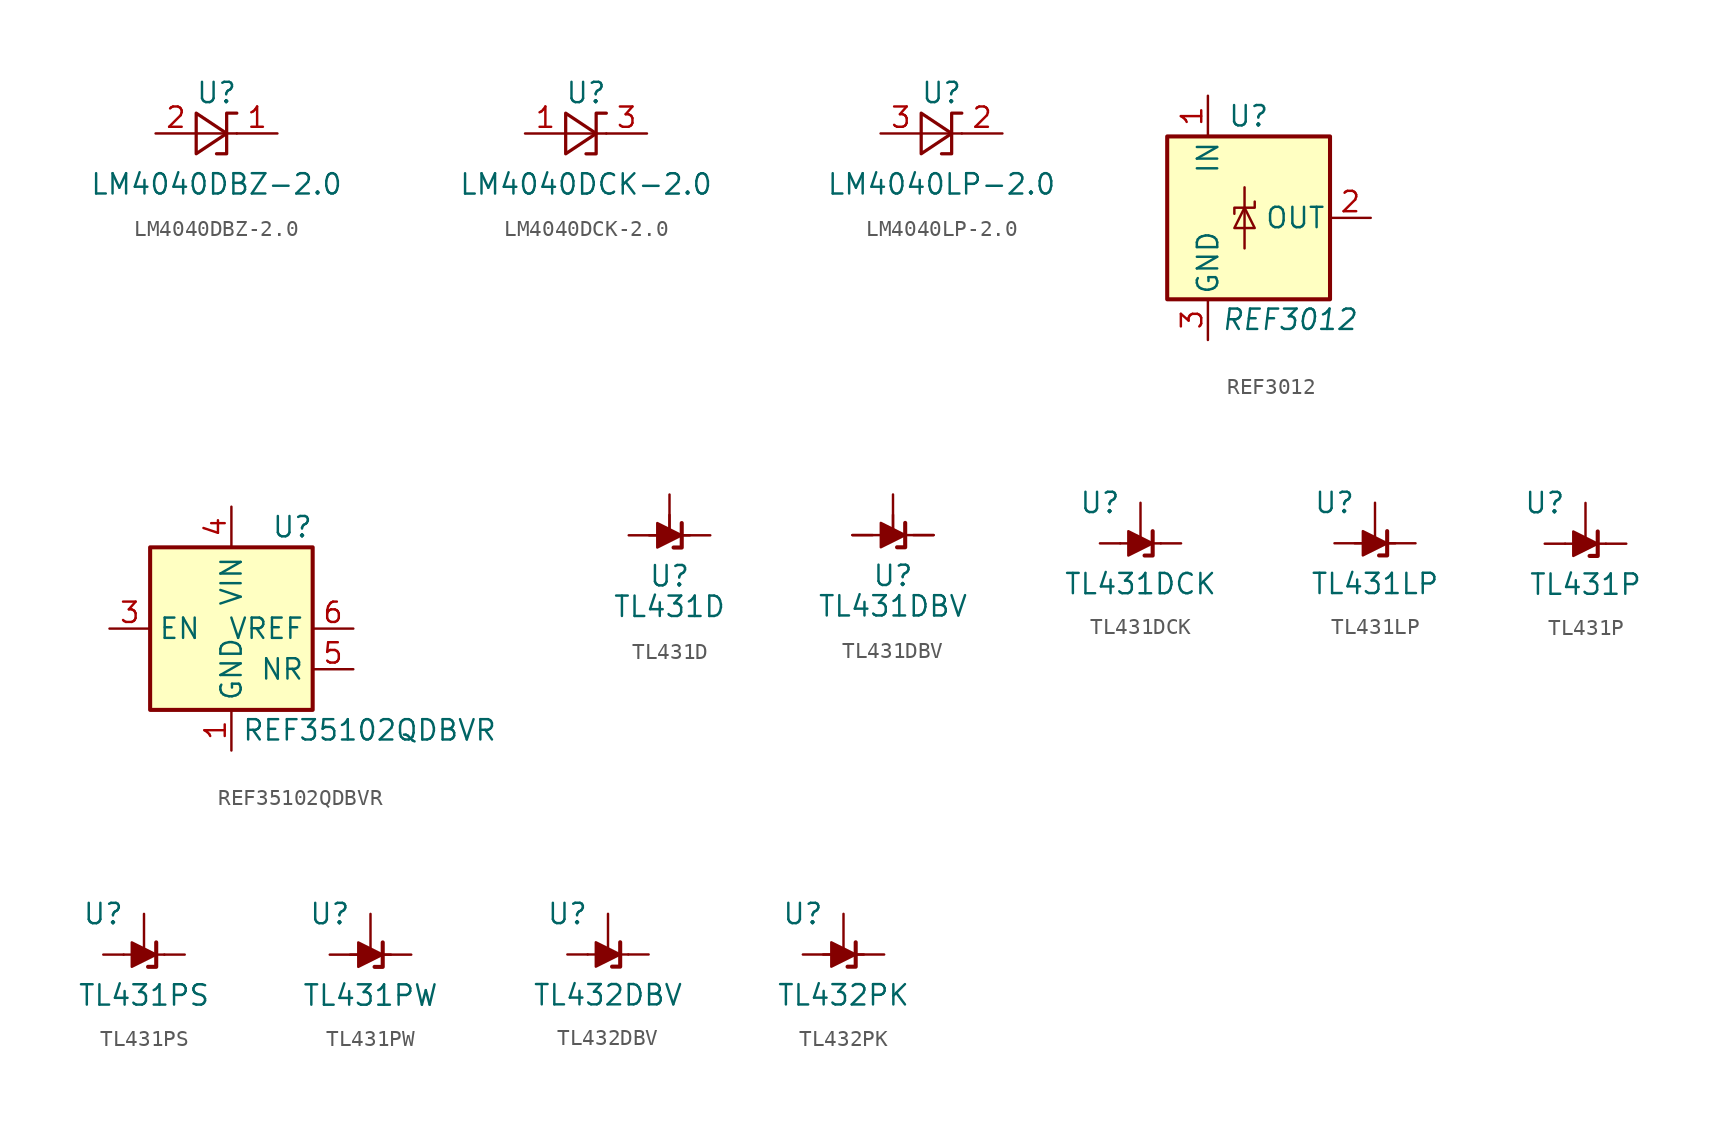
<source format=kicad_sym>
(kicad_symbol_lib
  (version 20231120)
  (generator "kicad_symbol_editor")
  (generator_version "8.0")
  (symbol "LM4040DBZ-2.0"
    (pin_names
      (offset 0.025) hide)
    (property "Reference" "U"
      (at 0 2.54 0)
      (effects (font (size 1.27 1.27))))
    (property "Value" "LM4040DBZ-2.0"
      (at 0 -3.175 0)
      (effects (font (size 1.27 1.27))))
    (symbol "LM4040DBZ-2.0_0_1"
      (polyline (pts (xy -1.27 0) (xy 0 0) (xy 1.27 0)) (stroke (width 0) (type default)) (fill (type none)))
      (polyline (pts (xy -1.27 -1.27) (xy 0.635 0) (xy -1.27 1.27) (xy -1.27 -1.27)) (stroke (width 0.203) (type default)) (fill (type none)))
      (polyline (pts (xy 0 -1.27) (xy 0.635 -1.27) (xy 0.635 1.27) (xy 1.27 1.27)) (stroke (width 0.203) (type default)) (fill (type none))))
    (symbol "LM4040DBZ-2.0_1_1"
      (pin passive line (at 3.81 0 180) (length 2.54) (name "K" (effects (font (size 1.27 1.27)))) (number "1" (effects (font (size 1.27 1.27)))))
      (pin passive line (at -3.81 0 0) (length 2.54) (name "A" (effects (font (size 1.27 1.27)))) (number "2" (effects (font (size 1.27 1.27)))))
      (pin no_connect line (at -1.27 0 0) (length 2.54) hide (name "NC" (effects (font (size 1.27 1.27)))) (number "3" (effects (font (size 1.27 1.27)))))))
  (symbol "LM4040DCK-2.0"
    (pin_names
      (offset 0.025) hide)
    (property "Reference" "U"
      (at 0 2.54 0)
      (effects (font (size 1.27 1.27))))
    (property "Value" "LM4040DCK-2.0"
      (at 0 -3.175 0)
      (effects (font (size 1.27 1.27))))
    (symbol "LM4040DCK-2.0_0_1"
      (polyline (pts (xy -1.27 0) (xy 0 0) (xy 1.27 0)) (stroke (width 0) (type default)) (fill (type none)))
      (polyline (pts (xy -1.27 -1.27) (xy 0.635 0) (xy -1.27 1.27) (xy -1.27 -1.27)) (stroke (width 0.203) (type default)) (fill (type none)))
      (polyline (pts (xy 0 -1.27) (xy 0.635 -1.27) (xy 0.635 1.27) (xy 1.27 1.27)) (stroke (width 0.203) (type default)) (fill (type none))))
    (symbol "LM4040DCK-2.0_1_1"
      (pin passive line (at -3.81 0 0) (length 2.54) (name "A" (effects (font (size 1.27 1.27)))) (number "1" (effects (font (size 1.27 1.27)))))
      (pin no_connect line (at -1.27 0 0) (length 2.54) hide (name "NC" (effects (font (size 1.27 1.27)))) (number "2" (effects (font (size 1.27 1.27)))))
      (pin passive line (at 3.81 0 180) (length 2.54) (name "K" (effects (font (size 1.27 1.27)))) (number "3" (effects (font (size 1.27 1.27)))))
      (pin no_connect line (at 0 0 0) (length 2.54) hide (name "NC" (effects (font (size 1.27 1.27)))) (number "4" (effects (font (size 1.27 1.27)))))
      (pin no_connect line (at 1.27 0 0) (length 2.54) hide (name "NC" (effects (font (size 1.27 1.27)))) (number "5" (effects (font (size 1.27 1.27)))))))
  (symbol "LM4040LP-2.0"
    (pin_names
      (offset 0.025) hide)
    (property "Reference" "U"
      (at 0 2.54 0)
      (effects (font (size 1.27 1.27))))
    (property "Value" "LM4040LP-2.0"
      (at 0 -3.175 0)
      (effects (font (size 1.27 1.27))))
    (symbol "LM4040LP-2.0_0_1"
      (polyline (pts (xy -1.27 0) (xy 0 0) (xy 1.27 0)) (stroke (width 0) (type default)) (fill (type none)))
      (polyline (pts (xy -1.27 -1.27) (xy 0.635 0) (xy -1.27 1.27) (xy -1.27 -1.27)) (stroke (width 0.203) (type default)) (fill (type none)))
      (polyline (pts (xy 0 -1.27) (xy 0.635 -1.27) (xy 0.635 1.27) (xy 1.27 1.27)) (stroke (width 0.203) (type default)) (fill (type none))))
    (symbol "LM4040LP-2.0_1_1"
      (pin no_connect line (at -1.27 0 0) (length 2.54) hide (name "NC" (effects (font (size 1.27 1.27)))) (number "1" (effects (font (size 1.27 1.27)))))
      (pin passive line (at 3.81 0 180) (length 2.54) (name "K" (effects (font (size 1.27 1.27)))) (number "2" (effects (font (size 1.27 1.27)))))
      (pin passive line (at -3.81 0 0) (length 2.54) (name "A" (effects (font (size 1.27 1.27)))) (number "3" (effects (font (size 1.27 1.27)))))))
  (symbol "REF3012"
    (pin_names
      (offset 0.254))
    (property "Reference" "U"
      (at 0 6.35 0)
      (effects (font (size 1.27 1.27))))
    (property "Value" "REF3012"
      (at 2.54 -6.35 0)
      (effects (font (size 1.27 1.27) (italic yes))))
    (symbol "REF3012_0_1"
      (rectangle (start -5.08 5.08) (end 5.08 -5.08) (stroke (width 0.254) (type default)) (fill (type background)))
      (polyline (pts (xy -0.254 1.905) (xy -0.254 -1.905)) (stroke (width 0) (type default)) (fill (type none)))
      (polyline (pts (xy -0.889 -0.635) (xy 0.381 -0.635) (xy -0.254 0.635) (xy -0.889 -0.635)) (stroke (width 0) (type default)) (fill (type none)))
      (polyline (pts (xy 0.381 1.016) (xy 0.381 0.635) (xy -0.889 0.635) (xy -0.889 0.254)) (stroke (width 0) (type default)) (fill (type none))))
    (symbol "REF3012_1_1"
      (pin power_in line (at -2.54 7.62 270) (length 2.54) (name "IN" (effects (font (size 1.27 1.27)))) (number "1" (effects (font (size 1.27 1.27)))))
      (pin power_out line (at 7.62 0 180) (length 2.54) (name "OUT" (effects (font (size 1.27 1.27)))) (number "2" (effects (font (size 1.27 1.27)))))
      (pin power_in line (at -2.54 -7.62 90) (length 2.54) (name "GND" (effects (font (size 1.27 1.27)))) (number "3" (effects (font (size 1.27 1.27)))))))
  (symbol "REF35102QDBVR"
    (property "Reference" "U"
      (at 3.81 6.35 0)
      (effects (font (size 1.27 1.27))))
    (property "Value" "REF35102QDBVR"
      (at 8.636 -6.35 0)
      (effects (font (size 1.27 1.27))))
    (symbol "REF35102QDBVR_1_1"
      (rectangle (start -5.08 5.08) (end 5.08 -5.08) (stroke (width 0.254) (type default)) (fill (type background)))
      (pin power_in line (at 0 -7.62 90) (length 2.54) (name "GND" (effects (font (size 1.27 1.27)))) (number "1" (effects (font (size 1.27 1.27)))))
      (pin passive line (at 0 -7.62 90) (length 2.54) hide (name "GND" (effects (font (size 1.27 1.27)))) (number "2" (effects (font (size 1.27 1.27)))))
      (pin input line (at -7.62 0 0) (length 2.54) (name "EN" (effects (font (size 1.27 1.27)))) (number "3" (effects (font (size 1.27 1.27)))))
      (pin power_in line (at 0 7.62 270) (length 2.54) (name "VIN" (effects (font (size 1.27 1.27)))) (number "4" (effects (font (size 1.27 1.27)))))
      (pin output line (at 7.62 -2.54 180) (length 2.54) (name "NR" (effects (font (size 1.27 1.27)))) (number "5" (effects (font (size 1.27 1.27)))))
      (pin power_out line (at 7.62 0 180) (length 2.54) (name "VREF" (effects (font (size 1.27 1.27)))) (number "6" (effects (font (size 1.27 1.27)))))))
  (symbol "TL431D"
    (pin_numbers hide)
    (pin_names hide)
    (property "Reference" "U"
      (at 0 -2.54 0)
      (effects (font (size 1.27 1.27))))
    (property "Value" "TL431D"
      (at 0 -4.445 0)
      (effects (font (size 1.27 1.27))))
    (symbol "TL431D_0_1"
      (polyline (pts (xy -1.27 0) (xy 0 0) (xy 1.27 0)) (stroke (width 0) (type default)) (fill (type none)))
      (polyline (pts (xy 0.254 -0.762) (xy 0.762 -0.762) (xy 0.762 0.762) (xy 0.762 0.762)) (stroke (width 0.254) (type default)) (fill (type none)))
      (polyline (pts (xy -0.762 -0.762) (xy -0.762 0.762) (xy -0.762 0.762) (xy 0.762 0) (xy -0.762 -0.762)) (stroke (width 0) (type default)) (fill (type outline))))
    (symbol "TL431D_1_1"
      (polyline (pts (xy 0 1.27) (xy 0 0)) (stroke (width 0) (type default)) (fill (type none)))
      (pin passive line (at 2.54 0 180) (length 2.54) (name "K" (effects (font (size 1.27 1.27)))) (number "1" (effects (font (size 1.27 1.27)))))
      (pin passive line (at -2.54 0 0) (length 2.54) (name "A" (effects (font (size 1.27 1.27)))) (number "2" (effects (font (size 1.27 1.27)))))
      (pin passive line (at -2.54 0 0) (length 2.54) hide (name "A" (effects (font (size 1.27 1.27)))) (number "3" (effects (font (size 1.27 1.27)))))
      (pin passive line (at -2.54 0 0) (length 2.54) hide (name "A" (effects (font (size 1.27 1.27)))) (number "6" (effects (font (size 1.27 1.27)))))
      (pin passive line (at -2.54 0 0) (length 2.54) hide (name "A" (effects (font (size 1.27 1.27)))) (number "7" (effects (font (size 1.27 1.27)))))
      (pin passive line (at 0 2.54 270) (length 2.54) (name "REF" (effects (font (size 1.27 1.27)))) (number "8" (effects (font (size 1.27 1.27)))))))
  (symbol "TL431DBV"
    (pin_numbers hide)
    (pin_names hide)
    (property "Reference" "U"
      (at 0 -2.54 0)
      (effects (font (size 1.27 1.27))))
    (property "Value" "TL431DBV"
      (at 0 -4.445 0)
      (effects (font (size 1.27 1.27))))
    (symbol "TL431DBV_0_1"
      (polyline (pts (xy -2.54 0) (xy 0 0) (xy 2.54 0)) (stroke (width 0) (type default)) (fill (type none)))
      (polyline (pts (xy -0.762 -0.762) (xy -0.762 0.762) (xy 0.762 0) (xy -0.762 -0.762)) (stroke (width 0) (type default)) (fill (type outline)))
      (polyline (pts (xy 0.254 -0.762) (xy 0.762 -0.762) (xy 0.762 0.762) (xy 0.762 0.762)) (stroke (width 0.254) (type default)) (fill (type none))))
    (symbol "TL431DBV_1_1"
      (polyline (pts (xy 0 1.27) (xy 0 0)) (stroke (width 0) (type default)) (fill (type none)))
      (pin passive line (at 2.54 0 180) (length 1.27) (name "K" (effects (font (size 1.27 1.27)))) (number "3" (effects (font (size 1.27 1.27)))))
      (pin passive line (at 0 2.54 270) (length 2.54) (name "REF" (effects (font (size 1.27 1.27)))) (number "4" (effects (font (size 1.27 1.27)))))
      (pin passive line (at -2.54 0 0) (length 1.27) (name "A" (effects (font (size 1.27 1.27)))) (number "5" (effects (font (size 1.27 1.27)))))))
  (symbol "TL431DCK"
    (pin_numbers hide)
    (pin_names hide)
    (property "Reference" "U"
      (at -2.54 2.54 0)
      (effects (font (size 1.27 1.27))))
    (property "Value" "TL431DCK"
      (at 0 -2.54 0)
      (effects (font (size 1.27 1.27))))
    (symbol "TL431DCK_0_1"
      (polyline (pts (xy -1.27 0) (xy 0 0) (xy 1.27 0)) (stroke (width 0) (type default)) (fill (type none)))
      (polyline (pts (xy -0.762 -0.762) (xy -0.762 0.762) (xy 0.762 0) (xy -0.762 -0.762)) (stroke (width 0) (type default)) (fill (type outline)))
      (polyline (pts (xy 0.254 -0.762) (xy 0.762 -0.762) (xy 0.762 0.762) (xy 0.762 0.762)) (stroke (width 0.254) (type default)) (fill (type none))))
    (symbol "TL431DCK_1_1"
      (pin passive line (at 2.54 0 180) (length 1.27) (name "K" (effects (font (size 1.27 1.27)))) (number "1" (effects (font (size 1.27 1.27)))))
      (pin passive line (at 0 2.54 270) (length 2.54) (name "REF" (effects (font (size 1.27 1.27)))) (number "3" (effects (font (size 1.27 1.27)))))
      (pin passive line (at -2.54 0 0) (length 1.27) (name "A" (effects (font (size 1.27 1.27)))) (number "6" (effects (font (size 1.27 1.27)))))))
  (symbol "TL431LP"
    (pin_numbers hide)
    (pin_names hide)
    (property "Reference" "U"
      (at -2.54 2.54 0)
      (effects (font (size 1.27 1.27))))
    (property "Value" "TL431LP"
      (at 0 -2.54 0)
      (effects (font (size 1.27 1.27))))
    (symbol "TL431LP_0_1"
      (polyline (pts (xy -1.27 0) (xy 0 0) (xy 1.27 0)) (stroke (width 0) (type default)) (fill (type none)))
      (polyline (pts (xy -0.762 -0.762) (xy -0.762 0.762) (xy 0.762 0) (xy -0.762 -0.762)) (stroke (width 0) (type default)) (fill (type outline)))
      (polyline (pts (xy 0.254 -0.762) (xy 0.762 -0.762) (xy 0.762 0.762) (xy 0.762 0.762)) (stroke (width 0.254) (type default)) (fill (type none))))
    (symbol "TL431LP_1_1"
      (pin passive line (at 0 2.54 270) (length 2.54) (name "REF" (effects (font (size 1.27 1.27)))) (number "1" (effects (font (size 1.27 1.27)))))
      (pin passive line (at -2.54 0 0) (length 2.54) (name "A" (effects (font (size 1.27 1.27)))) (number "2" (effects (font (size 1.27 1.27)))))
      (pin passive line (at 2.54 0 180) (length 2.54) (name "K" (effects (font (size 1.27 1.27)))) (number "3" (effects (font (size 1.27 1.27)))))))
  (symbol "TL431P"
    (pin_numbers hide)
    (pin_names hide)
    (property "Reference" "U"
      (at -2.54 2.54 0)
      (effects (font (size 1.27 1.27))))
    (property "Value" "TL431P"
      (at 0 -2.54 0)
      (effects (font (size 1.27 1.27))))
    (symbol "TL431P_0_1"
      (polyline (pts (xy -1.27 0) (xy 0 0) (xy 1.27 0)) (stroke (width 0) (type default)) (fill (type none)))
      (polyline (pts (xy -0.762 -0.762) (xy -0.762 0.762) (xy 0.762 0) (xy -0.762 -0.762)) (stroke (width 0) (type default)) (fill (type outline)))
      (polyline (pts (xy 0.254 -0.762) (xy 0.762 -0.762) (xy 0.762 0.762) (xy 0.762 0.762)) (stroke (width 0.254) (type default)) (fill (type none))))
    (symbol "TL431P_1_1"
      (pin passive line (at 2.54 0 180) (length 1.27) (name "K" (effects (font (size 1.27 1.27)))) (number "1" (effects (font (size 1.27 1.27)))))
      (pin passive line (at -2.54 0 0) (length 1.27) (name "A" (effects (font (size 1.27 1.27)))) (number "6" (effects (font (size 1.27 1.27)))))
      (pin passive line (at 0 2.54 270) (length 2.54) (name "REF" (effects (font (size 1.27 1.27)))) (number "8" (effects (font (size 1.27 1.27)))))))
  (symbol "TL431PS"
    (pin_numbers hide)
    (pin_names hide)
    (property "Reference" "U"
      (at -2.54 2.54 0)
      (effects (font (size 1.27 1.27))))
    (property "Value" "TL431PS"
      (at 0 -2.54 0)
      (effects (font (size 1.27 1.27))))
    (symbol "TL431PS_0_1"
      (polyline (pts (xy -1.27 0) (xy 0 0) (xy 1.27 0)) (stroke (width 0) (type default)) (fill (type none)))
      (polyline (pts (xy -0.762 -0.762) (xy -0.762 0.762) (xy 0.762 0) (xy -0.762 -0.762)) (stroke (width 0) (type default)) (fill (type outline)))
      (polyline (pts (xy 0.254 -0.762) (xy 0.762 -0.762) (xy 0.762 0.762) (xy 0.762 0.762)) (stroke (width 0.254) (type default)) (fill (type none))))
    (symbol "TL431PS_1_1"
      (pin passive line (at 2.54 0 180) (length 1.27) (name "K" (effects (font (size 1.27 1.27)))) (number "1" (effects (font (size 1.27 1.27)))))
      (pin passive line (at -2.54 0 0) (length 1.27) (name "A" (effects (font (size 1.27 1.27)))) (number "6" (effects (font (size 1.27 1.27)))))
      (pin passive line (at 0 2.54 270) (length 2.54) (name "REF" (effects (font (size 1.27 1.27)))) (number "8" (effects (font (size 1.27 1.27)))))))
  (symbol "TL431PW"
    (pin_numbers hide)
    (pin_names hide)
    (property "Reference" "U"
      (at -2.54 2.54 0)
      (effects (font (size 1.27 1.27))))
    (property "Value" "TL431PW"
      (at 0 -2.54 0)
      (effects (font (size 1.27 1.27))))
    (symbol "TL431PW_0_1"
      (polyline (pts (xy -1.27 0) (xy 0 0) (xy 1.27 0)) (stroke (width 0) (type default)) (fill (type none)))
      (polyline (pts (xy -0.762 -0.762) (xy -0.762 0.762) (xy 0.762 0) (xy -0.762 -0.762)) (stroke (width 0) (type default)) (fill (type outline)))
      (polyline (pts (xy 0.254 -0.762) (xy 0.762 -0.762) (xy 0.762 0.762) (xy 0.762 0.762)) (stroke (width 0.254) (type default)) (fill (type none))))
    (symbol "TL431PW_1_1"
      (pin passive line (at 2.54 0 180) (length 2.54) (name "K" (effects (font (size 1.27 1.27)))) (number "1" (effects (font (size 1.27 1.27)))))
      (pin passive line (at -2.54 0 0) (length 2.54) (name "A" (effects (font (size 1.27 1.27)))) (number "6" (effects (font (size 1.27 1.27)))))
      (pin passive line (at 0 2.54 270) (length 2.54) (name "REF" (effects (font (size 1.27 1.27)))) (number "8" (effects (font (size 1.27 1.27)))))))
  (symbol "TL432DBV"
    (pin_numbers hide)
    (pin_names hide)
    (property "Reference" "U"
      (at -2.54 2.54 0)
      (effects (font (size 1.27 1.27))))
    (property "Value" "TL432DBV"
      (at 0 -2.54 0)
      (effects (font (size 1.27 1.27))))
    (symbol "TL432DBV_0_1"
      (polyline (pts (xy -1.27 0) (xy 0 0) (xy 1.27 0)) (stroke (width 0) (type default)) (fill (type none)))
      (polyline (pts (xy -0.762 -0.762) (xy -0.762 0.762) (xy 0.762 0) (xy -0.762 -0.762)) (stroke (width 0) (type default)) (fill (type outline)))
      (polyline (pts (xy 0.254 -0.762) (xy 0.762 -0.762) (xy 0.762 0.762) (xy 0.762 0.762)) (stroke (width 0.254) (type default)) (fill (type none))))
    (symbol "TL432DBV_1_1"
      (pin passive line (at -2.54 0 0) (length 1.27) (name "A" (effects (font (size 1.27 1.27)))) (number "2" (effects (font (size 1.27 1.27)))))
      (pin passive line (at 2.54 0 180) (length 1.27) (name "K" (effects (font (size 1.27 1.27)))) (number "4" (effects (font (size 1.27 1.27)))))
      (pin passive line (at 0 2.54 270) (length 2.54) (name "REF" (effects (font (size 1.27 1.27)))) (number "5" (effects (font (size 1.27 1.27)))))))
  (symbol "TL432PK"
    (pin_numbers hide)
    (pin_names hide)
    (property "Reference" "U"
      (at -2.54 2.54 0)
      (effects (font (size 1.27 1.27))))
    (property "Value" "TL432PK"
      (at 0 -2.54 0)
      (effects (font (size 1.27 1.27))))
    (symbol "TL432PK_0_1"
      (polyline (pts (xy -1.27 0) (xy 0 0) (xy 1.27 0)) (stroke (width 0) (type default)) (fill (type none)))
      (polyline (pts (xy -0.762 -0.762) (xy -0.762 0.762) (xy 0.762 0) (xy -0.762 -0.762)) (stroke (width 0) (type default)) (fill (type outline)))
      (polyline (pts (xy 0.254 -0.762) (xy 0.762 -0.762) (xy 0.762 0.762) (xy 0.762 0.762)) (stroke (width 0.254) (type default)) (fill (type none))))
    (symbol "TL432PK_1_1"
      (pin passive line (at 2.54 0 180) (length 2.54) (name "K" (effects (font (size 1.27 1.27)))) (number "1" (effects (font (size 1.27 1.27)))))
      (pin passive line (at -2.54 0 0) (length 2.54) (name "A" (effects (font (size 1.27 1.27)))) (number "2" (effects (font (size 1.27 1.27)))))
      (pin passive line (at 0 2.54 270) (length 2.54) (name "REF" (effects (font (size 1.27 1.27)))) (number "3" (effects (font (size 1.27 1.27))))))))
</source>
